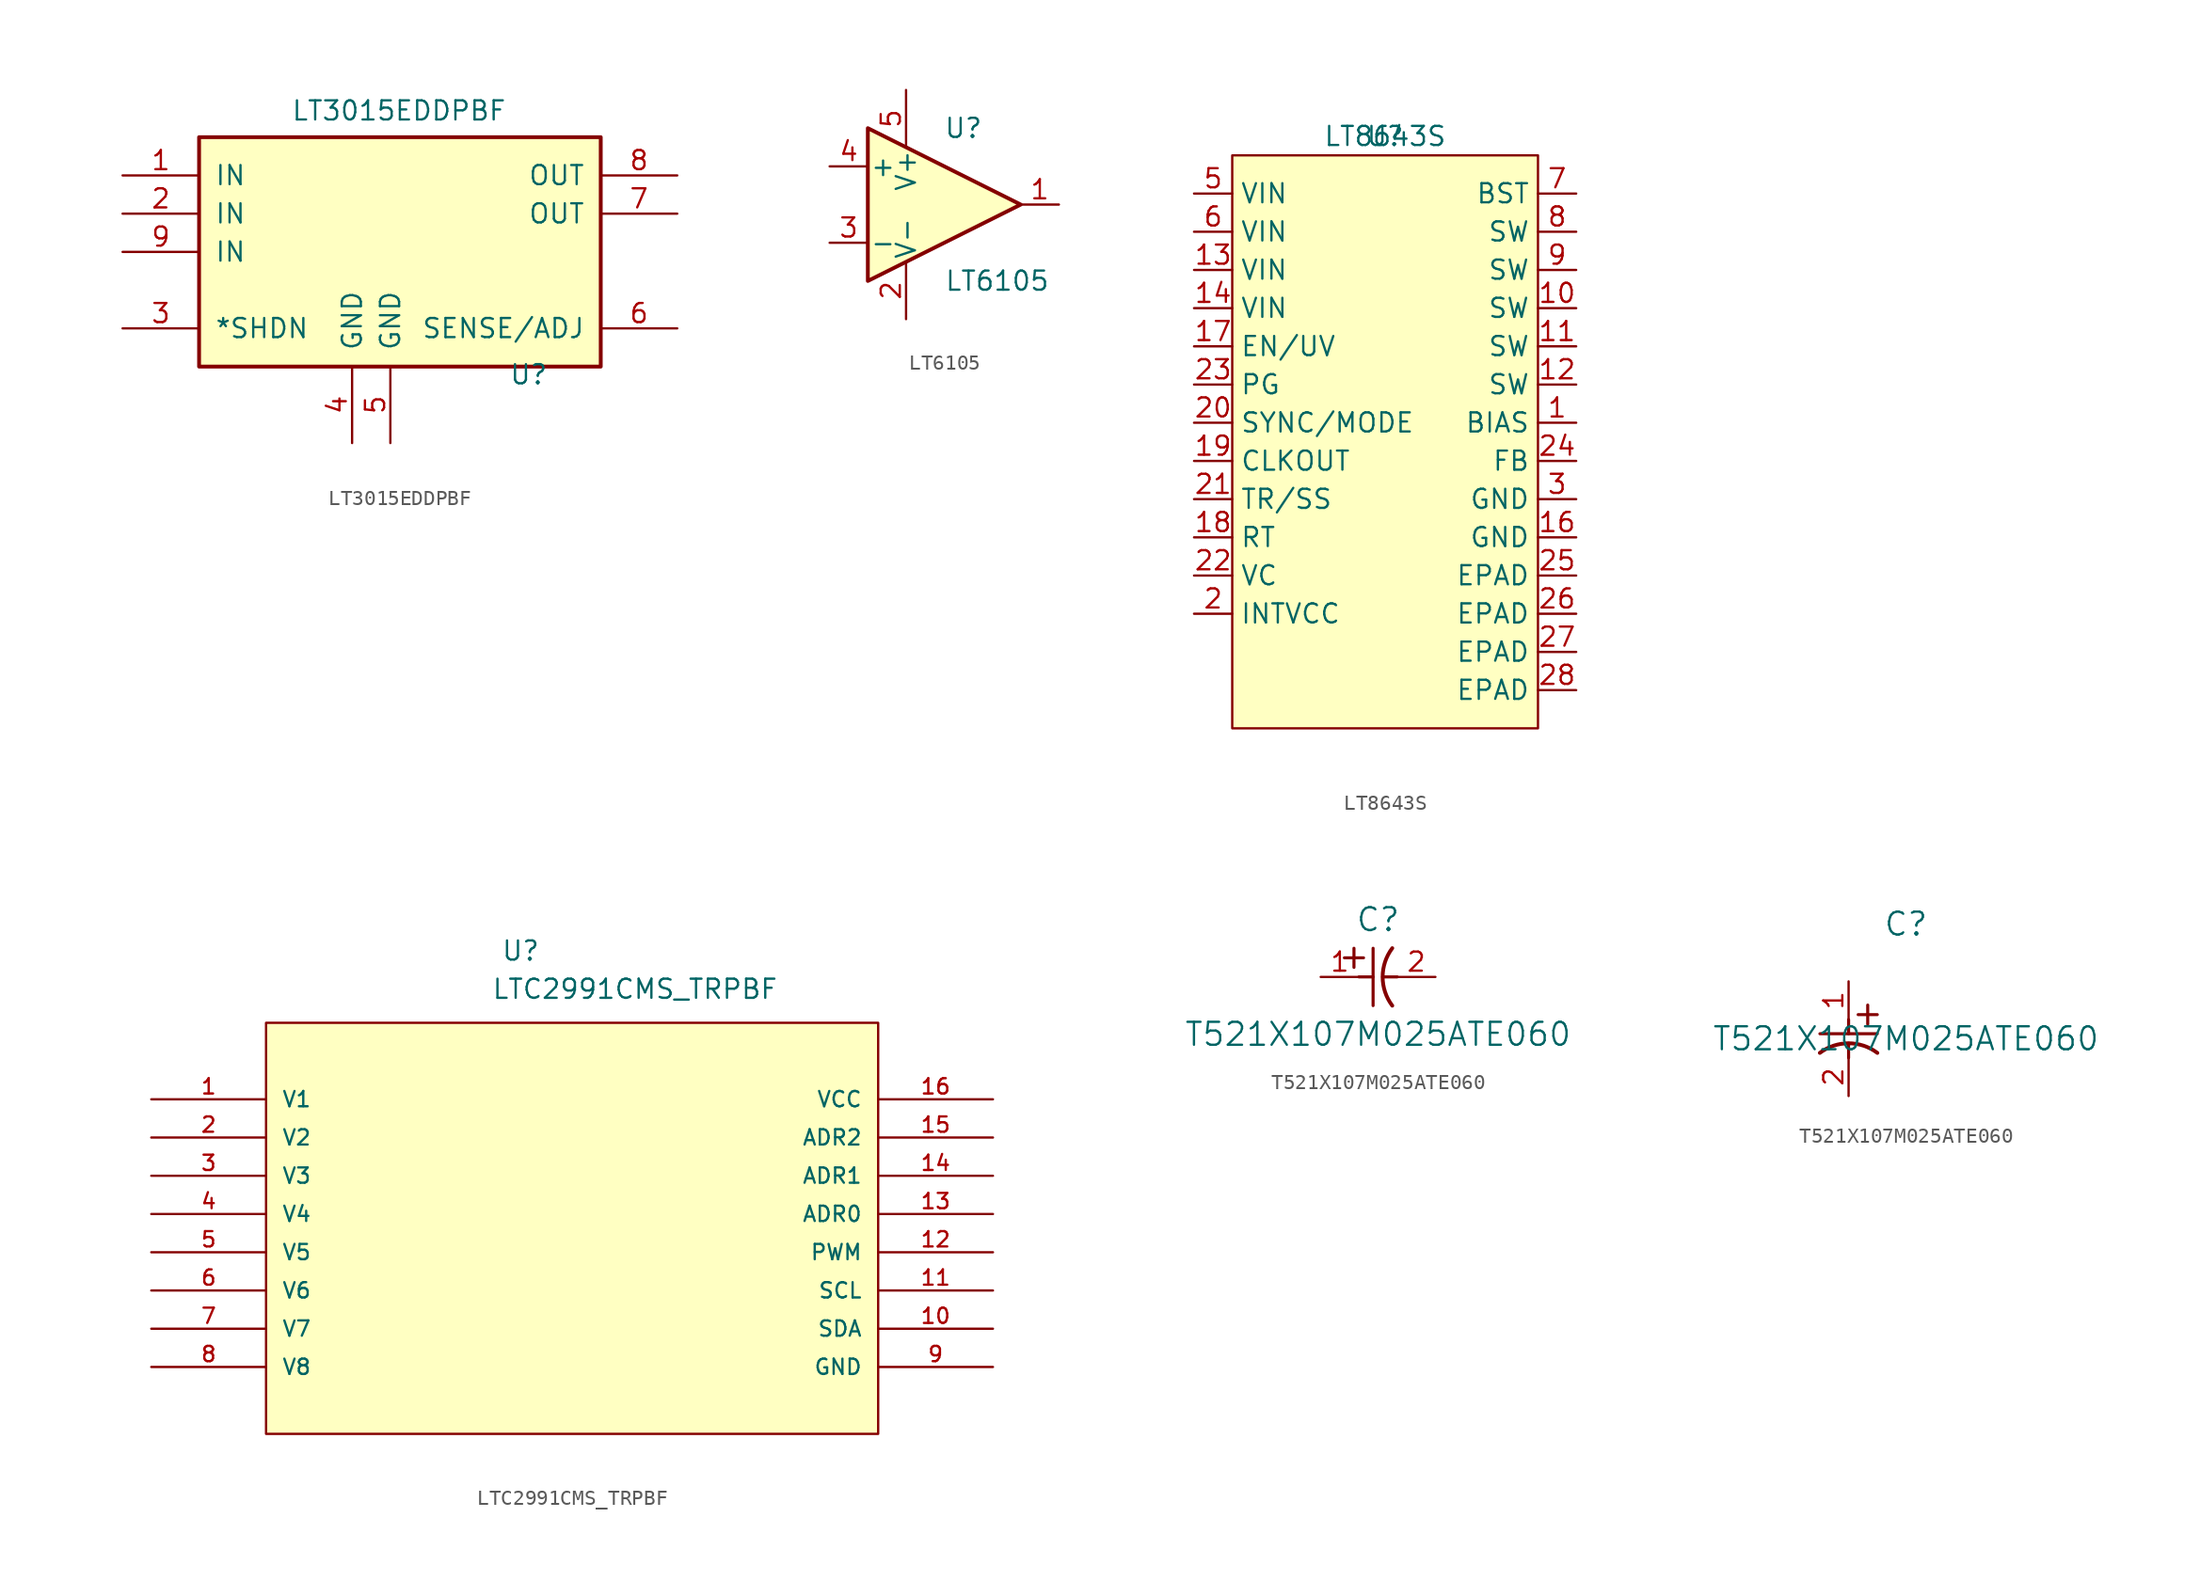
<source format=kicad_sym>
(kicad_symbol_lib
  (version 20241209)
  (generator "kicad_symbol_editor")
  (generator_version "9.0")
  (symbol "LT3015EDDPBF"
    (pin_names
      (offset 1.016))
    (property "Reference" "U"
      (at 39.624 -16.51 0)
      (effects (font (size 1.27 1.27)) (justify left bottom)))
    (property "Value" "LT3015EDDPBF"
      (at 25.146 1.016 0)
      (effects (font (size 1.27 1.27)) (justify left bottom)))
    (symbol "LT3015EDDPBF_1_0"
      (pin input line (at 13.97 -2.54 0) (length 5.08) (name "IN" (effects (font (size 1.27 1.27)))) (number "1" (effects (font (size 1.27 1.27)))))
      (pin input line (at 13.97 -5.08 0) (length 5.08) (name "IN" (effects (font (size 1.27 1.27)))) (number "2" (effects (font (size 1.27 1.27)))))
      (pin passive line (at 13.97 -7.62 0) (length 5.08) (name "IN" (effects (font (size 1.27 1.27)))) (number "9" (effects (font (size 1.27 1.27)))))
      (pin bidirectional line (at 13.97 -12.7 0) (length 5.08) (name "*SHDN" (effects (font (size 1.27 1.27)))) (number "3" (effects (font (size 1.27 1.27)))))
      (pin power_in line (at 29.21 -20.32 90) (length 5.08) (name "GND" (effects (font (size 1.27 1.27)))) (number "4" (effects (font (size 1.27 1.27)))))
      (pin power_in line (at 31.75 -20.32 90) (length 5.08) (name "GND" (effects (font (size 1.27 1.27)))) (number "5" (effects (font (size 1.27 1.27)))))
      (pin output line (at 50.8 -2.54 180) (length 5.08) (name "OUT" (effects (font (size 1.27 1.27)))) (number "8" (effects (font (size 1.27 1.27)))))
      (pin output line (at 50.8 -5.08 180) (length 5.08) (name "OUT" (effects (font (size 1.27 1.27)))) (number "7" (effects (font (size 1.27 1.27)))))
      (pin input line (at 50.8 -12.7 180) (length 5.08) (name "SENSE/ADJ" (effects (font (size 1.27 1.27)))) (number "6" (effects (font (size 1.27 1.27))))))
    (symbol "LT3015EDDPBF_1_1"
      (rectangle (start 19.05 0) (end 45.72 -15.24) (stroke (width 0.254) (type solid)) (fill (type color) (color 255 255 194 1)))))
  (symbol "LT6105"
    (pin_names
      (offset 0.127))
    (property "Reference" "U"
      (at 1.27 5.08 0)
      (effects (font (size 1.27 1.27))))
    (property "Value" "LT6105"
      (at 0 -5.08 0)
      (effects (font (size 1.27 1.27)) (justify left)))
    (symbol "LT6105_0_1"
      (polyline (pts (xy -5.08 5.08) (xy 5.08 0) (xy -5.08 -5.08) (xy -5.08 5.08)) (stroke (width 0.254) (type default)) (fill (type background))))
    (symbol "LT6105_1_1"
      (pin input line (at -7.62 2.54 0) (length 2.54) (name "+" (effects (font (size 1.27 1.27)))) (number "4" (effects (font (size 1.27 1.27)))))
      (pin input line (at -7.62 -2.54 0) (length 2.54) (name "-" (effects (font (size 1.27 1.27)))) (number "3" (effects (font (size 1.27 1.27)))))
      (pin power_in line (at -2.54 7.62 270) (length 3.81) (name "V+" (effects (font (size 1.27 1.27)))) (number "5" (effects (font (size 1.27 1.27)))))
      (pin power_in line (at -2.54 -7.62 90) (length 3.81) (name "V-" (effects (font (size 1.27 1.27)))) (number "2" (effects (font (size 1.27 1.27)))))
      (pin open_collector line (at 7.62 0 180) (length 2.54) (name "~" (effects (font (size 1.27 1.27)))) (number "1" (effects (font (size 1.27 1.27)))))))
  (symbol "LT8643S"
    (property "Reference" "U"
      (at 0 1.27 0)
      (effects (font (size 1.27 1.27))))
    (property "Value" "LT8643S"
      (at 0 1.27 0)
      (effects (font (size 1.27 1.27))))
    (symbol "LT8643S_0_1"
      (rectangle (start -10.16 0) (end 10.16 -38.1) (stroke (width 0) (type default)) (fill (type background))))
    (symbol "LT8643S_1_1"
      (pin power_in line (at -12.7 -2.54 0) (length 2.54) (name "VIN" (effects (font (size 1.27 1.27)))) (number "5" (effects (font (size 1.27 1.27)))))
      (pin power_in line (at -12.7 -5.08 0) (length 2.54) (name "VIN" (effects (font (size 1.27 1.27)))) (number "6" (effects (font (size 1.27 1.27)))))
      (pin power_in line (at -12.7 -7.62 0) (length 2.54) (name "VIN" (effects (font (size 1.27 1.27)))) (number "13" (effects (font (size 1.27 1.27)))))
      (pin power_in line (at -12.7 -10.16 0) (length 2.54) (name "VIN" (effects (font (size 1.27 1.27)))) (number "14" (effects (font (size 1.27 1.27)))))
      (pin input line (at -12.7 -12.7 0) (length 2.54) (name "EN/UV" (effects (font (size 1.27 1.27)))) (number "17" (effects (font (size 1.27 1.27)))))
      (pin open_collector line (at -12.7 -15.24 0) (length 2.54) (name "PG" (effects (font (size 1.27 1.27)))) (number "23" (effects (font (size 1.27 1.27)))))
      (pin input line (at -12.7 -17.78 0) (length 2.54) (name "SYNC/MODE" (effects (font (size 1.27 1.27)))) (number "20" (effects (font (size 1.27 1.27)))))
      (pin output line (at -12.7 -20.32 0) (length 2.54) (name "CLKOUT" (effects (font (size 1.27 1.27)))) (number "19" (effects (font (size 1.27 1.27)))))
      (pin input line (at -12.7 -22.86 0) (length 2.54) (name "TR/SS" (effects (font (size 1.27 1.27)))) (number "21" (effects (font (size 1.27 1.27)))))
      (pin input line (at -12.7 -25.4 0) (length 2.54) (name "RT" (effects (font (size 1.27 1.27)))) (number "18" (effects (font (size 1.27 1.27)))))
      (pin input line (at -12.7 -27.94 0) (length 2.54) (name "VC" (effects (font (size 1.27 1.27)))) (number "22" (effects (font (size 1.27 1.27)))))
      (pin power_out line (at -12.7 -30.48 0) (length 2.54) (name "INTVCC" (effects (font (size 1.27 1.27)))) (number "2" (effects (font (size 1.27 1.27)))))
      (pin no_connect line (at -12.7 -33.02 0) (length 2.54) (hide yes) (name "NC" (effects (font (size 1.27 1.27)))) (number "4" (effects (font (size 1.27 1.27)))))
      (pin no_connect line (at -12.7 -35.56 0) (length 2.54) (hide yes) (name "NC" (effects (font (size 1.27 1.27)))) (number "15" (effects (font (size 1.27 1.27)))))
      (pin input line (at 12.7 -2.54 180) (length 2.54) (name "BST" (effects (font (size 1.27 1.27)))) (number "7" (effects (font (size 1.27 1.27)))))
      (pin output line (at 12.7 -5.08 180) (length 2.54) (name "SW" (effects (font (size 1.27 1.27)))) (number "8" (effects (font (size 1.27 1.27)))))
      (pin output line (at 12.7 -7.62 180) (length 2.54) (name "SW" (effects (font (size 1.27 1.27)))) (number "9" (effects (font (size 1.27 1.27)))))
      (pin output line (at 12.7 -10.16 180) (length 2.54) (name "SW" (effects (font (size 1.27 1.27)))) (number "10" (effects (font (size 1.27 1.27)))))
      (pin output line (at 12.7 -12.7 180) (length 2.54) (name "SW" (effects (font (size 1.27 1.27)))) (number "11" (effects (font (size 1.27 1.27)))))
      (pin output line (at 12.7 -15.24 180) (length 2.54) (name "SW" (effects (font (size 1.27 1.27)))) (number "12" (effects (font (size 1.27 1.27)))))
      (pin power_in line (at 12.7 -17.78 180) (length 2.54) (name "BIAS" (effects (font (size 1.27 1.27)))) (number "1" (effects (font (size 1.27 1.27)))))
      (pin input line (at 12.7 -20.32 180) (length 2.54) (name "FB" (effects (font (size 1.27 1.27)))) (number "24" (effects (font (size 1.27 1.27)))))
      (pin power_in line (at 12.7 -22.86 180) (length 2.54) (name "GND" (effects (font (size 1.27 1.27)))) (number "3" (effects (font (size 1.27 1.27)))))
      (pin power_in line (at 12.7 -25.4 180) (length 2.54) (name "GND" (effects (font (size 1.27 1.27)))) (number "16" (effects (font (size 1.27 1.27)))))
      (pin power_in line (at 12.7 -27.94 180) (length 2.54) (name "EPAD" (effects (font (size 1.27 1.27)))) (number "25" (effects (font (size 1.27 1.27)))))
      (pin power_in line (at 12.7 -30.48 180) (length 2.54) (name "EPAD" (effects (font (size 1.27 1.27)))) (number "26" (effects (font (size 1.27 1.27)))))
      (pin power_in line (at 12.7 -33.02 180) (length 2.54) (name "EPAD" (effects (font (size 1.27 1.27)))) (number "27" (effects (font (size 1.27 1.27)))))
      (pin power_in line (at 12.7 -35.56 180) (length 2.54) (name "EPAD" (effects (font (size 1.27 1.27)))) (number "28" (effects (font (size 1.27 1.27)))))))
  (symbol "LTC2991CMS_TRPBF"
    (pin_names
      (offset 1.016))
    (property "Reference" "U"
      (at 23.216 9.119 0)
      (effects (font (size 1.27 1.27)) (justify left bottom)))
    (property "Value" "LTC2991CMS_TRPBF"
      (at 22.581 6.579 0)
      (effects (font (size 1.27 1.27)) (justify left bottom)))
    (symbol "LTC2991CMS_TRPBF_0_0"
      (pin input line (at 0 0 0) (length 7.62) (name "V1" (effects (font (size 1.016 1.016)))) (number "1" (effects (font (size 1.016 1.016)))))
      (pin input line (at 0 -2.54 0) (length 7.62) (name "V2" (effects (font (size 1.016 1.016)))) (number "2" (effects (font (size 1.016 1.016)))))
      (pin input line (at 0 -5.08 0) (length 7.62) (name "V3" (effects (font (size 1.016 1.016)))) (number "3" (effects (font (size 1.016 1.016)))))
      (pin input line (at 0 -7.62 0) (length 7.62) (name "V4" (effects (font (size 1.016 1.016)))) (number "4" (effects (font (size 1.016 1.016)))))
      (pin input line (at 0 -10.16 0) (length 7.62) (name "V5" (effects (font (size 1.016 1.016)))) (number "5" (effects (font (size 1.016 1.016)))))
      (pin input line (at 0 -12.7 0) (length 7.62) (name "V6" (effects (font (size 1.016 1.016)))) (number "6" (effects (font (size 1.016 1.016)))))
      (pin input line (at 0 -15.24 0) (length 7.62) (name "V7" (effects (font (size 1.016 1.016)))) (number "7" (effects (font (size 1.016 1.016)))))
      (pin input line (at 0 -17.78 0) (length 7.62) (name "V8" (effects (font (size 1.016 1.016)))) (number "8" (effects (font (size 1.016 1.016)))))
      (pin power_in line (at 55.88 0 180) (length 7.62) (name "VCC" (effects (font (size 1.016 1.016)))) (number "16" (effects (font (size 1.016 1.016)))))
      (pin input line (at 55.88 -2.54 180) (length 7.62) (name "ADR2" (effects (font (size 1.016 1.016)))) (number "15" (effects (font (size 1.016 1.016)))))
      (pin input line (at 55.88 -5.08 180) (length 7.62) (name "ADR1" (effects (font (size 1.016 1.016)))) (number "14" (effects (font (size 1.016 1.016)))))
      (pin input line (at 55.88 -7.62 180) (length 7.62) (name "ADR0" (effects (font (size 1.016 1.016)))) (number "13" (effects (font (size 1.016 1.016)))))
      (pin output line (at 55.88 -10.16 180) (length 7.62) (name "PWM" (effects (font (size 1.016 1.016)))) (number "12" (effects (font (size 1.016 1.016)))))
      (pin input line (at 55.88 -12.7 180) (length 7.62) (name "SCL" (effects (font (size 1.016 1.016)))) (number "11" (effects (font (size 1.016 1.016)))))
      (pin bidirectional line (at 55.88 -15.24 180) (length 7.62) (name "SDA" (effects (font (size 1.016 1.016)))) (number "10" (effects (font (size 1.016 1.016)))))
      (pin power_in line (at 55.88 -17.78 180) (length 7.62) (name "GND" (effects (font (size 1.016 1.016)))) (number "9" (effects (font (size 1.016 1.016))))))
    (symbol "LTC2991CMS_TRPBF_1_1"
      (rectangle (start 7.62 5.08) (end 48.26 -22.225) (stroke (width 0) (type solid)) (fill (type color) (color 255 255 194 1)))))
  (symbol "T521X107M025ATE060"
    (pin_names
      (offset 0.254))
    (property "Reference" "C"
      (at 3.81 3.81 0)
      (effects (font (size 1.524 1.524))))
    (property "Value" "T521X107M025ATE060"
      (at 3.81 -3.81 0)
      (effects (font (size 1.524 1.524))))
    (property "ki_locked" ""
      (at 0 0 0)
      (effects (font (size 1.27 1.27))))
    (symbol "T521X107M025ATE060_1_1"
      (polyline (pts (xy 1.575 1.27) (xy 2.845 1.27)) (stroke (width 0.203) (type default)) (fill (type none)))
      (polyline (pts (xy 2.21 0.635) (xy 2.21 1.905)) (stroke (width 0.203) (type default)) (fill (type none)))
      (polyline (pts (xy 2.54 0) (xy 3.48 0)) (stroke (width 0.203) (type default)) (fill (type none)))
      (polyline (pts (xy 3.48 -1.905) (xy 3.48 1.905)) (stroke (width 0.203) (type default)) (fill (type none)))
      (polyline (pts (xy 4.115 0) (xy 5.08 0)) (stroke (width 0.203) (type default)) (fill (type none)))
      (arc (start 4.7541 -1.9108) (mid 4.1148 0) (end 4.7541 1.9108) (stroke (width 0.254) (type default)) (fill (type none)))
      (pin passive line (at 0 0 0) (length 2.54) (name "" (effects (font (size 1.27 1.27)))) (number "1" (effects (font (size 1.27 1.27)))))
      (pin passive line (at 7.62 0 180) (length 2.54) (name "" (effects (font (size 1.27 1.27)))) (number "2" (effects (font (size 1.27 1.27))))))
    (symbol "T521X107M025ATE060_1_2"
      (polyline (pts (xy -1.905 -3.48) (xy 1.905 -3.48)) (stroke (width 0.203) (type default)) (fill (type none)))
      (polyline (pts (xy 0 -2.54) (xy 0 -3.48)) (stroke (width 0.203) (type default)) (fill (type none)))
      (polyline (pts (xy 0 -4.115) (xy 0 -5.08)) (stroke (width 0.203) (type default)) (fill (type none)))
      (arc (start -1.9108 -4.7541) (mid 0 -4.1148) (end 1.9108 -4.7541) (stroke (width 0.254) (type default)) (fill (type none)))
      (polyline (pts (xy 0.635 -2.21) (xy 1.905 -2.21)) (stroke (width 0.203) (type default)) (fill (type none)))
      (polyline (pts (xy 1.27 -1.575) (xy 1.27 -2.845)) (stroke (width 0.203) (type default)) (fill (type none)))
      (pin unspecified line (at 0 0 270) (length 2.54) (name "" (effects (font (size 1.27 1.27)))) (number "1" (effects (font (size 1.27 1.27)))))
      (pin unspecified line (at 0 -7.62 90) (length 2.54) (name "" (effects (font (size 1.27 1.27)))) (number "2" (effects (font (size 1.27 1.27))))))))
</source>
